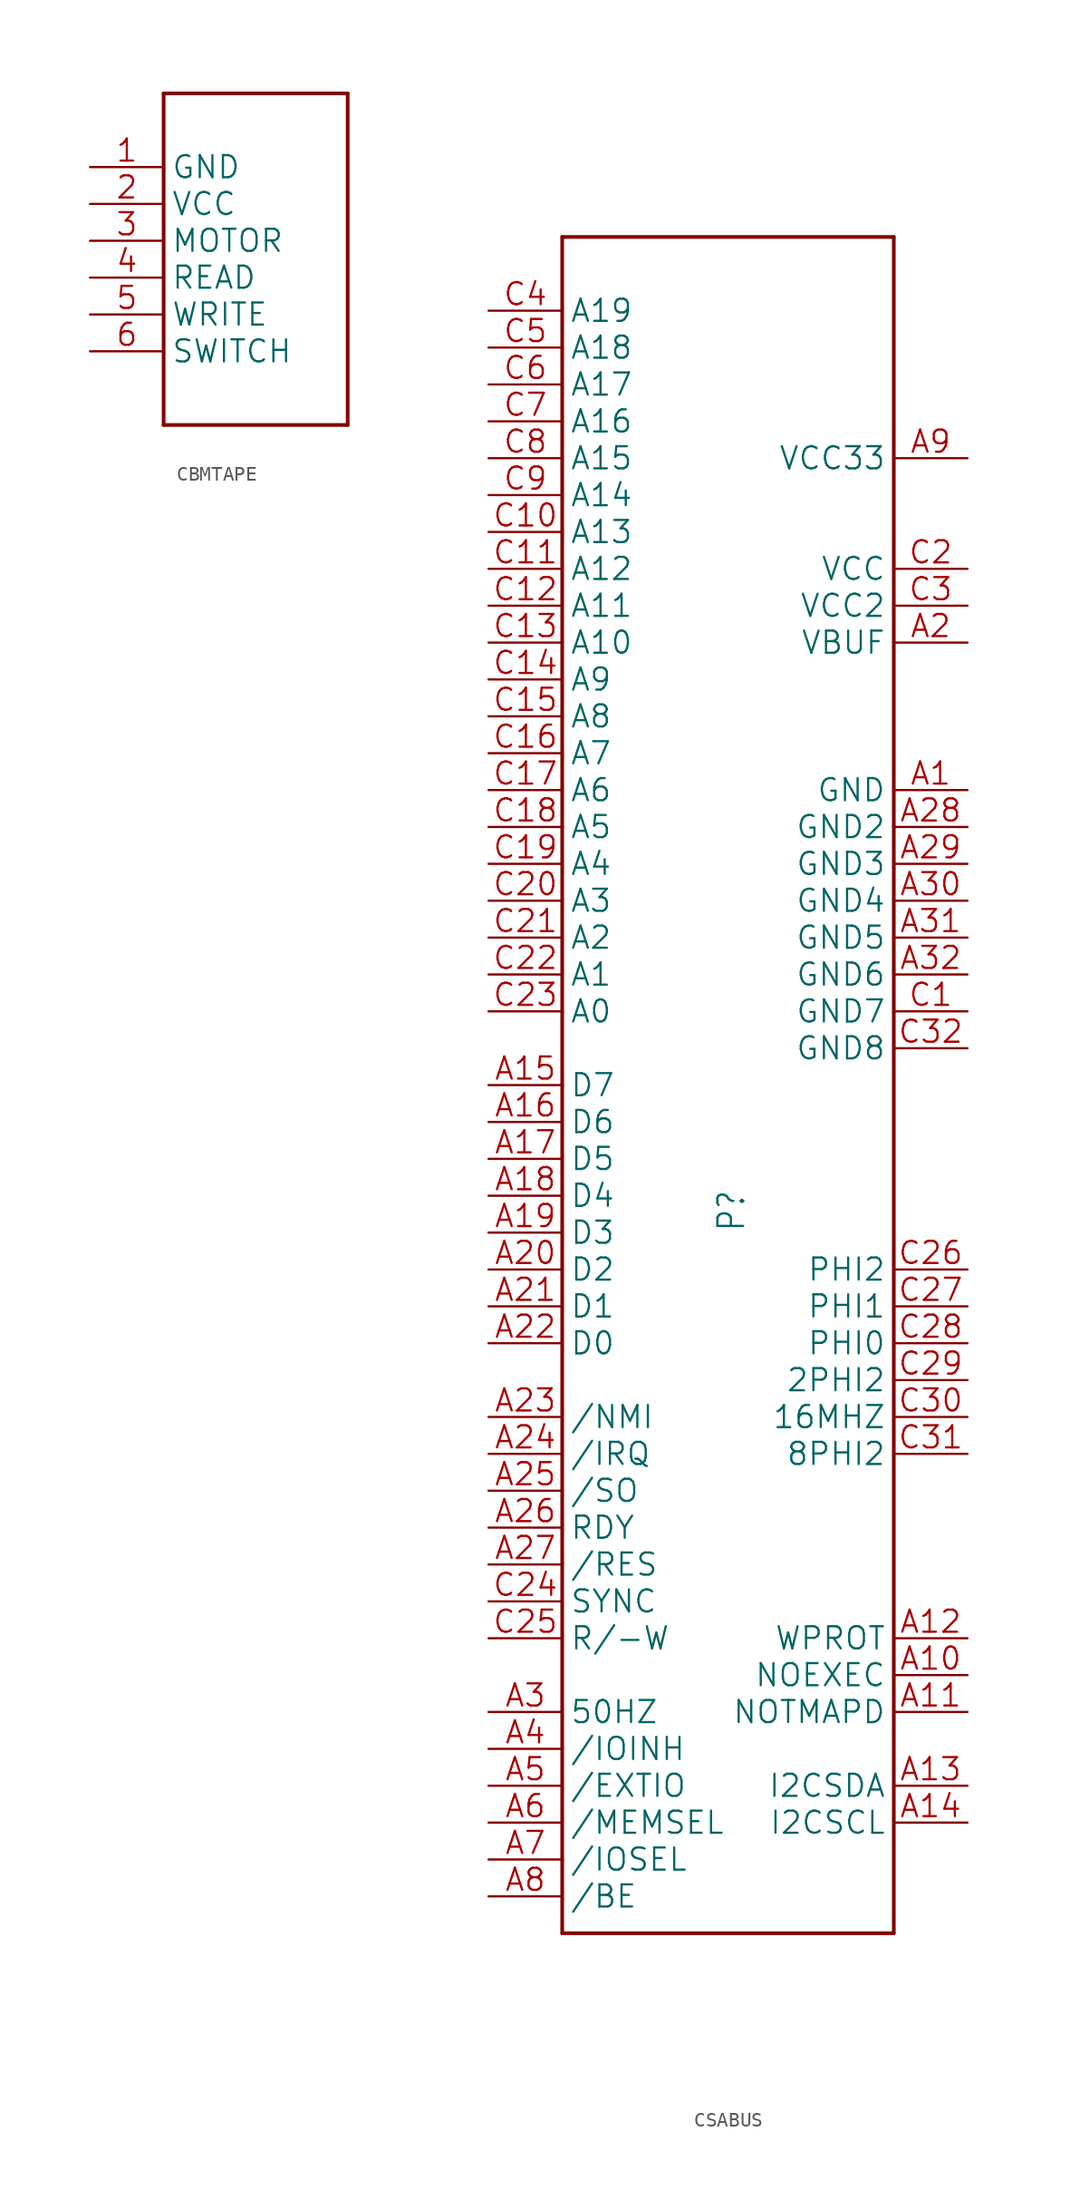
<source format=kicad_sym>
(kicad_symbol_lib
  (version 20241209)
  (generator "kicad_symbol_editor")
  (generator_version "9.0")
  (symbol "CBMTAPE"
    (property "Reference" "P"
      (at 0 0 0)
      (effects (font (size 1.27 1.27)) (hide yes)))
    (property "ki_locked" ""
      (at 0 0 0)
      (effects (font (size 1.27 1.27))))
    (symbol "CBMTAPE_1_0"
      (polyline (pts (xy -7.62 15.24) (xy 5.08 15.24)) (stroke (width 0.254) (type solid)) (fill (type none)))
      (polyline (pts (xy -7.62 -7.62) (xy -7.62 15.24)) (stroke (width 0.254) (type solid)) (fill (type none)))
      (polyline (pts (xy 5.08 15.24) (xy 5.08 -7.62)) (stroke (width 0.254) (type solid)) (fill (type none)))
      (polyline (pts (xy 5.08 -7.62) (xy -7.62 -7.62)) (stroke (width 0.254) (type solid)) (fill (type none)))
      (pin bidirectional line (at -12.7 10.16 0) (length 5.08) (name "GND" (effects (font (size 1.524 1.524)))) (number "1" (effects (font (size 1.524 1.524)))))
      (pin bidirectional line (at -12.7 7.62 0) (length 5.08) (name "VCC" (effects (font (size 1.524 1.524)))) (number "2" (effects (font (size 1.524 1.524)))))
      (pin bidirectional line (at -12.7 5.08 0) (length 5.08) (name "MOTOR" (effects (font (size 1.524 1.524)))) (number "3" (effects (font (size 1.524 1.524)))))
      (pin bidirectional line (at -12.7 2.54 0) (length 5.08) (name "READ" (effects (font (size 1.524 1.524)))) (number "4" (effects (font (size 1.524 1.524)))))
      (pin bidirectional line (at -12.7 0 0) (length 5.08) (name "WRITE" (effects (font (size 1.524 1.524)))) (number "5" (effects (font (size 1.524 1.524)))))
      (pin bidirectional line (at -12.7 -2.54 0) (length 5.08) (name "SWITCH" (effects (font (size 1.524 1.524)))) (number "6" (effects (font (size 1.524 1.524)))))))
  (symbol "CSABUS"
    (property "Reference" "P"
      (at 5.08 -10.16 90)
      (effects (font (size 1.778 1.511)) (justify left bottom)))
    (property "Value" ""
      (at 0 58.42 0)
      (effects (font (size 1.778 1.511)) (justify left bottom)))
    (property "ki_locked" ""
      (at 0 0 0)
      (effects (font (size 1.27 1.27))))
    (symbol "CSABUS_1_0"
      (polyline (pts (xy -7.62 58.42) (xy -7.62 -58.42)) (stroke (width 0.254) (type solid)) (fill (type none)))
      (polyline (pts (xy -7.62 -58.42) (xy 15.24 -58.42)) (stroke (width 0.254) (type solid)) (fill (type none)))
      (polyline (pts (xy 15.24 58.42) (xy -7.62 58.42)) (stroke (width 0.254) (type solid)) (fill (type none)))
      (polyline (pts (xy 15.24 -58.42) (xy 15.24 58.42)) (stroke (width 0.254) (type solid)) (fill (type none)))
      (pin bidirectional line (at -12.7 53.34 0) (length 5.08) (name "A19" (effects (font (size 1.524 1.524)))) (number "C4" (effects (font (size 1.524 1.524)))))
      (pin bidirectional line (at -12.7 50.8 0) (length 5.08) (name "A18" (effects (font (size 1.524 1.524)))) (number "C5" (effects (font (size 1.524 1.524)))))
      (pin bidirectional line (at -12.7 48.26 0) (length 5.08) (name "A17" (effects (font (size 1.524 1.524)))) (number "C6" (effects (font (size 1.524 1.524)))))
      (pin bidirectional line (at -12.7 45.72 0) (length 5.08) (name "A16" (effects (font (size 1.524 1.524)))) (number "C7" (effects (font (size 1.524 1.524)))))
      (pin bidirectional line (at -12.7 43.18 0) (length 5.08) (name "A15" (effects (font (size 1.524 1.524)))) (number "C8" (effects (font (size 1.524 1.524)))))
      (pin bidirectional line (at -12.7 40.64 0) (length 5.08) (name "A14" (effects (font (size 1.524 1.524)))) (number "C9" (effects (font (size 1.524 1.524)))))
      (pin bidirectional line (at -12.7 38.1 0) (length 5.08) (name "A13" (effects (font (size 1.524 1.524)))) (number "C10" (effects (font (size 1.524 1.524)))))
      (pin bidirectional line (at -12.7 35.56 0) (length 5.08) (name "A12" (effects (font (size 1.524 1.524)))) (number "C11" (effects (font (size 1.524 1.524)))))
      (pin bidirectional line (at -12.7 33.02 0) (length 5.08) (name "A11" (effects (font (size 1.524 1.524)))) (number "C12" (effects (font (size 1.524 1.524)))))
      (pin bidirectional line (at -12.7 30.48 0) (length 5.08) (name "A10" (effects (font (size 1.524 1.524)))) (number "C13" (effects (font (size 1.524 1.524)))))
      (pin bidirectional line (at -12.7 27.94 0) (length 5.08) (name "A9" (effects (font (size 1.524 1.524)))) (number "C14" (effects (font (size 1.524 1.524)))))
      (pin bidirectional line (at -12.7 25.4 0) (length 5.08) (name "A8" (effects (font (size 1.524 1.524)))) (number "C15" (effects (font (size 1.524 1.524)))))
      (pin bidirectional line (at -12.7 22.86 0) (length 5.08) (name "A7" (effects (font (size 1.524 1.524)))) (number "C16" (effects (font (size 1.524 1.524)))))
      (pin bidirectional line (at -12.7 20.32 0) (length 5.08) (name "A6" (effects (font (size 1.524 1.524)))) (number "C17" (effects (font (size 1.524 1.524)))))
      (pin bidirectional line (at -12.7 17.78 0) (length 5.08) (name "A5" (effects (font (size 1.524 1.524)))) (number "C18" (effects (font (size 1.524 1.524)))))
      (pin bidirectional line (at -12.7 15.24 0) (length 5.08) (name "A4" (effects (font (size 1.524 1.524)))) (number "C19" (effects (font (size 1.524 1.524)))))
      (pin bidirectional line (at -12.7 12.7 0) (length 5.08) (name "A3" (effects (font (size 1.524 1.524)))) (number "C20" (effects (font (size 1.524 1.524)))))
      (pin bidirectional line (at -12.7 10.16 0) (length 5.08) (name "A2" (effects (font (size 1.524 1.524)))) (number "C21" (effects (font (size 1.524 1.524)))))
      (pin bidirectional line (at -12.7 7.62 0) (length 5.08) (name "A1" (effects (font (size 1.524 1.524)))) (number "C22" (effects (font (size 1.524 1.524)))))
      (pin bidirectional line (at -12.7 5.08 0) (length 5.08) (name "A0" (effects (font (size 1.524 1.524)))) (number "C23" (effects (font (size 1.524 1.524)))))
      (pin bidirectional line (at -12.7 0 0) (length 5.08) (name "D7" (effects (font (size 1.524 1.524)))) (number "A15" (effects (font (size 1.524 1.524)))))
      (pin bidirectional line (at -12.7 -2.54 0) (length 5.08) (name "D6" (effects (font (size 1.524 1.524)))) (number "A16" (effects (font (size 1.524 1.524)))))
      (pin bidirectional line (at -12.7 -5.08 0) (length 5.08) (name "D5" (effects (font (size 1.524 1.524)))) (number "A17" (effects (font (size 1.524 1.524)))))
      (pin bidirectional line (at -12.7 -7.62 0) (length 5.08) (name "D4" (effects (font (size 1.524 1.524)))) (number "A18" (effects (font (size 1.524 1.524)))))
      (pin bidirectional line (at -12.7 -10.16 0) (length 5.08) (name "D3" (effects (font (size 1.524 1.524)))) (number "A19" (effects (font (size 1.524 1.524)))))
      (pin bidirectional line (at -12.7 -12.7 0) (length 5.08) (name "D2" (effects (font (size 1.524 1.524)))) (number "A20" (effects (font (size 1.524 1.524)))))
      (pin bidirectional line (at -12.7 -15.24 0) (length 5.08) (name "D1" (effects (font (size 1.524 1.524)))) (number "A21" (effects (font (size 1.524 1.524)))))
      (pin bidirectional line (at -12.7 -17.78 0) (length 5.08) (name "D0" (effects (font (size 1.524 1.524)))) (number "A22" (effects (font (size 1.524 1.524)))))
      (pin bidirectional line (at -12.7 -22.86 0) (length 5.08) (name "/NMI" (effects (font (size 1.524 1.524)))) (number "A23" (effects (font (size 1.524 1.524)))))
      (pin bidirectional line (at -12.7 -25.4 0) (length 5.08) (name "/IRQ" (effects (font (size 1.524 1.524)))) (number "A24" (effects (font (size 1.524 1.524)))))
      (pin bidirectional line (at -12.7 -27.94 0) (length 5.08) (name "/SO" (effects (font (size 1.524 1.524)))) (number "A25" (effects (font (size 1.524 1.524)))))
      (pin bidirectional line (at -12.7 -30.48 0) (length 5.08) (name "RDY" (effects (font (size 1.524 1.524)))) (number "A26" (effects (font (size 1.524 1.524)))))
      (pin bidirectional line (at -12.7 -33.02 0) (length 5.08) (name "/RES" (effects (font (size 1.524 1.524)))) (number "A27" (effects (font (size 1.524 1.524)))))
      (pin bidirectional line (at -12.7 -35.56 0) (length 5.08) (name "SYNC" (effects (font (size 1.524 1.524)))) (number "C24" (effects (font (size 1.524 1.524)))))
      (pin bidirectional line (at -12.7 -38.1 0) (length 5.08) (name "R/-W" (effects (font (size 1.524 1.524)))) (number "C25" (effects (font (size 1.524 1.524)))))
      (pin bidirectional line (at -12.7 -43.18 0) (length 5.08) (name "50HZ" (effects (font (size 1.524 1.524)))) (number "A3" (effects (font (size 1.524 1.524)))))
      (pin bidirectional line (at -12.7 -45.72 0) (length 5.08) (name "/IOINH" (effects (font (size 1.524 1.524)))) (number "A4" (effects (font (size 1.524 1.524)))))
      (pin bidirectional line (at -12.7 -48.26 0) (length 5.08) (name "/EXTIO" (effects (font (size 1.524 1.524)))) (number "A5" (effects (font (size 1.524 1.524)))))
      (pin bidirectional line (at -12.7 -50.8 0) (length 5.08) (name "/MEMSEL" (effects (font (size 1.524 1.524)))) (number "A6" (effects (font (size 1.524 1.524)))))
      (pin bidirectional line (at -12.7 -53.34 0) (length 5.08) (name "/IOSEL" (effects (font (size 1.524 1.524)))) (number "A7" (effects (font (size 1.524 1.524)))))
      (pin bidirectional line (at -12.7 -55.88 0) (length 5.08) (name "/BE" (effects (font (size 1.524 1.524)))) (number "A8" (effects (font (size 1.524 1.524)))))
      (pin bidirectional line (at 20.32 43.18 180) (length 5.08) (name "VCC33" (effects (font (size 1.524 1.524)))) (number "A9" (effects (font (size 1.524 1.524)))))
      (pin bidirectional line (at 20.32 35.56 180) (length 5.08) (name "VCC" (effects (font (size 1.524 1.524)))) (number "C2" (effects (font (size 1.524 1.524)))))
      (pin bidirectional line (at 20.32 33.02 180) (length 5.08) (name "VCC2" (effects (font (size 1.524 1.524)))) (number "C3" (effects (font (size 1.524 1.524)))))
      (pin bidirectional line (at 20.32 30.48 180) (length 5.08) (name "VBUF" (effects (font (size 1.524 1.524)))) (number "A2" (effects (font (size 1.524 1.524)))))
      (pin bidirectional line (at 20.32 20.32 180) (length 5.08) (name "GND" (effects (font (size 1.524 1.524)))) (number "A1" (effects (font (size 1.524 1.524)))))
      (pin bidirectional line (at 20.32 17.78 180) (length 5.08) (name "GND2" (effects (font (size 1.524 1.524)))) (number "A28" (effects (font (size 1.524 1.524)))))
      (pin bidirectional line (at 20.32 15.24 180) (length 5.08) (name "GND3" (effects (font (size 1.524 1.524)))) (number "A29" (effects (font (size 1.524 1.524)))))
      (pin bidirectional line (at 20.32 12.7 180) (length 5.08) (name "GND4" (effects (font (size 1.524 1.524)))) (number "A30" (effects (font (size 1.524 1.524)))))
      (pin bidirectional line (at 20.32 10.16 180) (length 5.08) (name "GND5" (effects (font (size 1.524 1.524)))) (number "A31" (effects (font (size 1.524 1.524)))))
      (pin bidirectional line (at 20.32 7.62 180) (length 5.08) (name "GND6" (effects (font (size 1.524 1.524)))) (number "A32" (effects (font (size 1.524 1.524)))))
      (pin bidirectional line (at 20.32 5.08 180) (length 5.08) (name "GND7" (effects (font (size 1.524 1.524)))) (number "C1" (effects (font (size 1.524 1.524)))))
      (pin bidirectional line (at 20.32 2.54 180) (length 5.08) (name "GND8" (effects (font (size 1.524 1.524)))) (number "C32" (effects (font (size 1.524 1.524)))))
      (pin bidirectional line (at 20.32 -12.7 180) (length 5.08) (name "PHI2" (effects (font (size 1.524 1.524)))) (number "C26" (effects (font (size 1.524 1.524)))))
      (pin bidirectional line (at 20.32 -15.24 180) (length 5.08) (name "PHI1" (effects (font (size 1.524 1.524)))) (number "C27" (effects (font (size 1.524 1.524)))))
      (pin bidirectional line (at 20.32 -17.78 180) (length 5.08) (name "PHI0" (effects (font (size 1.524 1.524)))) (number "C28" (effects (font (size 1.524 1.524)))))
      (pin bidirectional line (at 20.32 -20.32 180) (length 5.08) (name "2PHI2" (effects (font (size 1.524 1.524)))) (number "C29" (effects (font (size 1.524 1.524)))))
      (pin bidirectional line (at 20.32 -22.86 180) (length 5.08) (name "16MHZ" (effects (font (size 1.524 1.524)))) (number "C30" (effects (font (size 1.524 1.524)))))
      (pin bidirectional line (at 20.32 -25.4 180) (length 5.08) (name "8PHI2" (effects (font (size 1.524 1.524)))) (number "C31" (effects (font (size 1.524 1.524)))))
      (pin bidirectional line (at 20.32 -38.1 180) (length 5.08) (name "WPROT" (effects (font (size 1.524 1.524)))) (number "A12" (effects (font (size 1.524 1.524)))))
      (pin bidirectional line (at 20.32 -40.64 180) (length 5.08) (name "NOEXEC" (effects (font (size 1.524 1.524)))) (number "A10" (effects (font (size 1.524 1.524)))))
      (pin bidirectional line (at 20.32 -43.18 180) (length 5.08) (name "NOTMAPD" (effects (font (size 1.524 1.524)))) (number "A11" (effects (font (size 1.524 1.524)))))
      (pin bidirectional line (at 20.32 -48.26 180) (length 5.08) (name "I2CSDA" (effects (font (size 1.524 1.524)))) (number "A13" (effects (font (size 1.524 1.524)))))
      (pin bidirectional line (at 20.32 -50.8 180) (length 5.08) (name "I2CSCL" (effects (font (size 1.524 1.524)))) (number "A14" (effects (font (size 1.524 1.524))))))))
</source>
